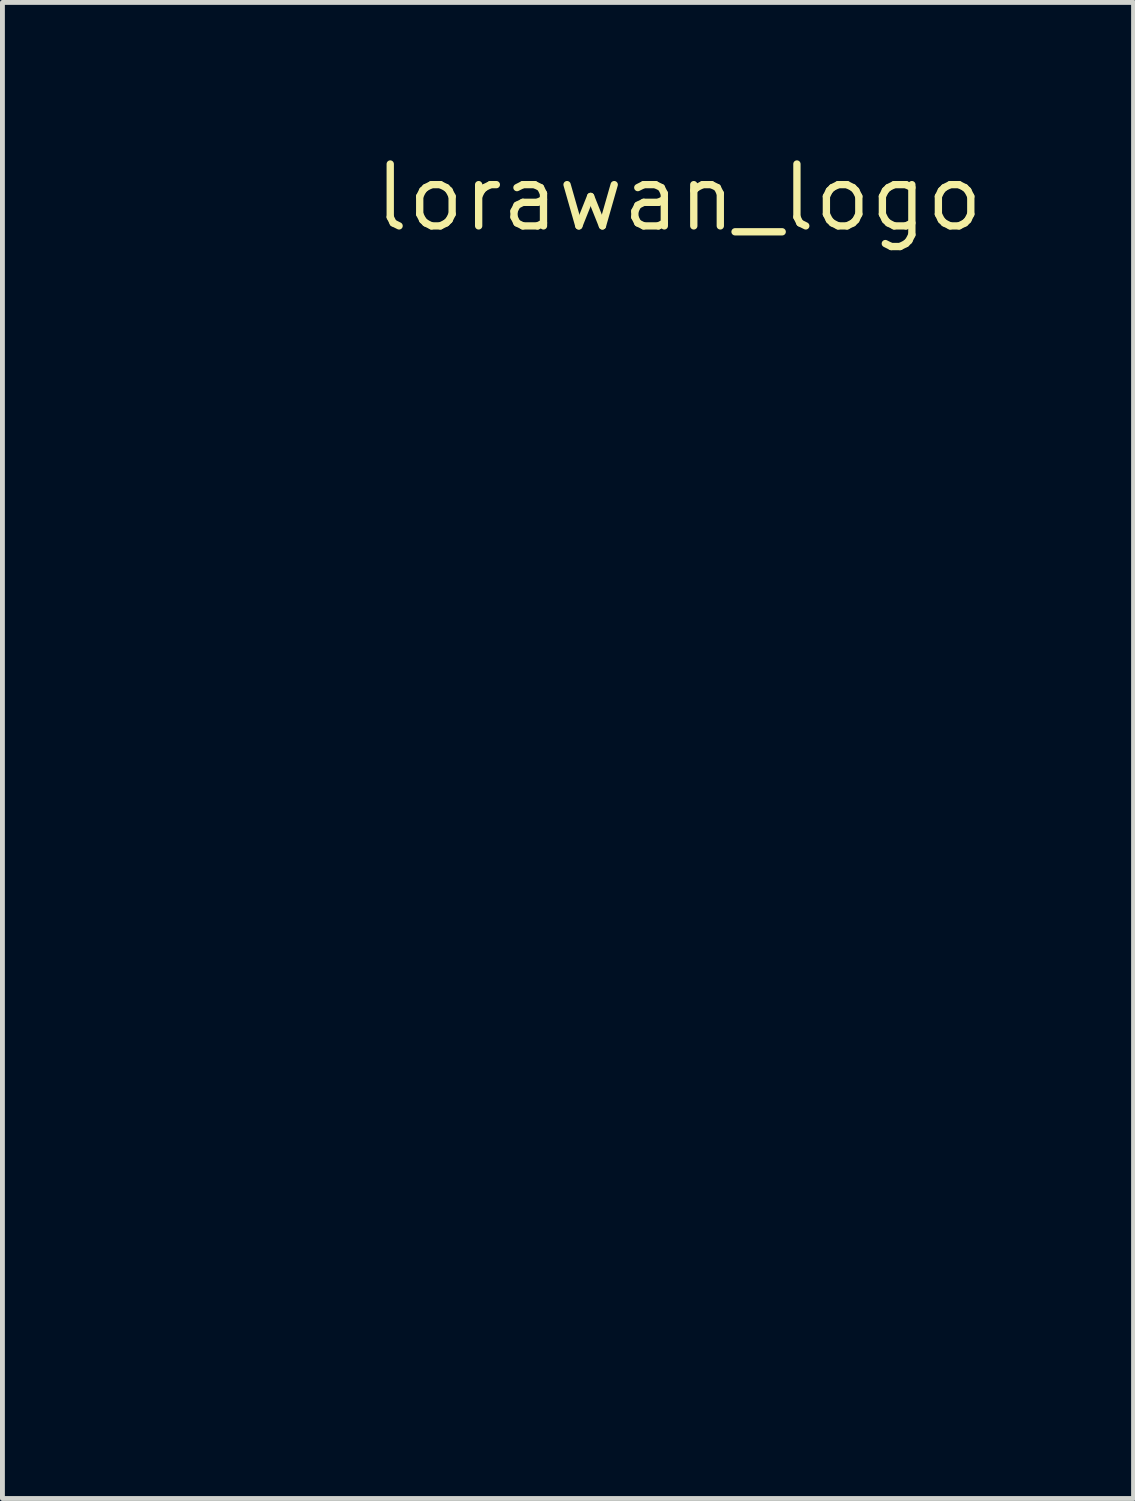
<source format=kicad_pcb>
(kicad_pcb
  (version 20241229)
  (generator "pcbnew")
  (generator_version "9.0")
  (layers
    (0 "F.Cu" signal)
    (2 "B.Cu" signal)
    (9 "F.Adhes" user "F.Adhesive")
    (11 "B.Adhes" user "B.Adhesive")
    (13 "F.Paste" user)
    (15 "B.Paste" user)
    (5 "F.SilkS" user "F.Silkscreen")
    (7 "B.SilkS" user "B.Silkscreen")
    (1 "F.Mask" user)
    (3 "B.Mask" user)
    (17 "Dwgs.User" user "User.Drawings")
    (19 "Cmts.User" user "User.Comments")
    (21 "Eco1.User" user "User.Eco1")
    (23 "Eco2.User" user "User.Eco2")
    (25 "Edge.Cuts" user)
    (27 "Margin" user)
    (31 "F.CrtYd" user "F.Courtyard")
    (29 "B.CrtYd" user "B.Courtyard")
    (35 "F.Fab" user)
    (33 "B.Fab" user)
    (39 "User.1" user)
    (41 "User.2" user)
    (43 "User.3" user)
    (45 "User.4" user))
  (footprint "lorawan_logo"
    (layer "F.Cu")
    (at 10.885 1.006)
    (property "Reference" "lorawan_logo" (at 0 0 0) (layer "F.SilkS") (effects (font (size 1.27 1.27) (thickness 0.15))))
    (attr through_hole)
    (fp_poly (pts (xy 5.313 19.367) (xy 5.335 21.886) (xy 4.636 21.884) (xy 3.81 20.637) (xy 3.81 21.886) (xy 3.175 21.886) (xy 3.175 19.346) (xy 3.801 19.346) (xy 4.249 20.034) (xy 4.698 20.722) (xy 4.698 20.032) (xy 4.699 19.343) (xy 5.313 19.367)) (stroke (width 0.01) (type solid)) (fill yes) (layer "F.Mask"))
    (fp_poly (pts (xy 5.731 19.403) (xy 5.757 19.431) (xy 5.727 19.472) (xy 5.718 19.473) (xy 5.684 19.51) (xy 5.661 19.59) (xy 5.643 19.706) (xy 5.637 19.59) (xy 5.619 19.505) (xy 5.588 19.473) (xy 5.547 19.441) (xy 5.546 19.431) (xy 5.582 19.399) (xy 5.652 19.389) (xy 5.731 19.403)) (stroke (width 0.01) (type solid)) (fill yes) (layer "F.Mask"))
    (fp_poly (pts (xy -10.235 20.373) (xy -10.223 21.357) (xy -9.724 21.369) (xy -9.225 21.381) (xy -9.237 21.644) (xy -9.25 21.907) (xy -10.036 21.919) (xy -10.285 21.921) (xy -10.506 21.92) (xy -10.683 21.916) (xy -10.802 21.91) (xy -10.851 21.901) (xy -10.858 21.853) (xy -10.865 21.731) (xy -10.87 21.546) (xy -10.875 21.309) (xy -10.878 21.03) (xy -10.88 20.72) (xy -10.88 20.63) (xy -10.88 19.389) (xy -10.246 19.389) (xy -10.235 20.373)) (stroke (width 0.01) (type solid)) (fill yes) (layer "F.Mask"))
    (fp_poly (pts (xy 6.107 19.404) (xy 6.133 19.48) (xy 6.138 19.547) (xy 6.13 19.645) (xy 6.109 19.659) (xy 6.101 19.649) (xy 6.06 19.616) (xy 6.034 19.64) (xy 5.989 19.667) (xy 5.948 19.643) (xy 5.895 19.621) (xy 5.873 19.651) (xy 5.85 19.656) (xy 5.822 19.593) (xy 5.821 19.587) (xy 5.811 19.479) (xy 5.839 19.413) (xy 5.891 19.405) (xy 5.941 19.45) (xy 5.987 19.502) (xy 6.013 19.484) (xy 6.024 19.458) (xy 6.067 19.393) (xy 6.107 19.404)) (stroke (width 0.01) (type solid)) (fill yes) (layer "F.Mask"))
    (fp_poly (pts (xy -7.707 19.457) (xy -7.405 19.56) (xy -7.385 19.57) (xy -7.278 19.629) (xy -7.235 19.672) (xy -7.243 19.716) (xy -7.262 19.744) (xy -7.299 19.787) (xy -7.342 19.8) (xy -7.413 19.782) (xy -7.538 19.73) (xy -7.542 19.729) (xy -7.805 19.654) (xy -8.101 19.632) (xy -8.396 19.664) (xy -8.58 19.718) (xy -8.727 19.765) (xy -8.815 19.771) (xy -8.844 19.756) (xy -8.887 19.682) (xy -8.854 19.616) (xy -8.74 19.55) (xy -8.71 19.538) (xy -8.381 19.445) (xy -8.039 19.418) (xy -7.707 19.457)) (stroke (width 0.01) (type solid)) (fill yes) (layer "F.Mask"))
    (fp_poly (pts (xy -0.345 19.355) (xy -0.106 19.367) (xy -0.085 20.036) (xy -0.064 20.704) (xy 0.393 20.051) (xy 0.85 19.399) (xy 1.053 19.38) (xy 1.22 19.373) (xy 1.387 19.38) (xy 1.429 19.385) (xy 1.601 19.41) (xy -0.089 21.886) (xy -0.717 21.886) (xy -0.729 21.304) (xy -0.741 20.722) (xy -1.143 21.303) (xy -1.545 21.884) (xy -1.873 21.885) (xy -2.201 21.886) (xy -2.201 19.346) (xy -1.566 19.346) (xy -1.564 19.844) (xy -1.56 20.059) (xy -1.553 20.259) (xy -1.542 20.419) (xy -1.532 20.505) (xy -1.503 20.669) (xy -1.044 20.005) (xy -0.585 19.342) (xy -0.345 19.355)) (stroke (width 0.01) (type solid)) (fill yes) (layer "F.Mask"))
    (fp_poly (pts (xy -9.142 23.11) (xy -8.696 23.277) (xy -8.253 23.36) (xy -7.811 23.358) (xy -7.367 23.272) (xy -6.973 23.126) (xy -6.726 23.016) (xy -6.638 23.104) (xy -6.577 23.196) (xy -6.594 23.28) (xy -6.69 23.364) (xy -6.761 23.404) (xy -7.093 23.546) (xy -7.44 23.636) (xy -7.831 23.68) (xy -7.938 23.685) (xy -8.138 23.69) (xy -8.317 23.69) (xy -8.451 23.686) (xy -8.509 23.68) (xy -8.677 23.639) (xy -8.867 23.578) (xy -9.062 23.505) (xy -9.246 23.426) (xy -9.402 23.35) (xy -9.514 23.283) (xy -9.565 23.232) (xy -9.566 23.225) (xy -9.542 23.159) (xy -9.491 23.08) (xy -9.416 22.983) (xy -9.142 23.11)) (stroke (width 0.01) (type solid)) (fill yes) (layer "F.Mask"))
    (fp_poly (pts (xy -8.71 22.149) (xy -8.584 22.198) (xy -8.563 22.207) (xy -8.243 22.294) (xy -7.908 22.298) (xy -7.572 22.223) (xy -7.432 22.178) (xy -7.349 22.16) (xy -7.3 22.168) (xy -7.265 22.203) (xy -7.257 22.212) (xy -7.233 22.259) (xy -7.249 22.297) (xy -7.321 22.343) (xy -7.421 22.392) (xy -7.59 22.456) (xy -7.777 22.492) (xy -7.98 22.506) (xy -8.151 22.508) (xy -8.298 22.504) (xy -8.393 22.496) (xy -8.403 22.493) (xy -8.498 22.462) (xy -8.619 22.414) (xy -8.741 22.361) (xy -8.839 22.314) (xy -8.888 22.284) (xy -8.89 22.281) (xy -8.872 22.232) (xy -8.849 22.184) (xy -8.821 22.144) (xy -8.782 22.132) (xy -8.71 22.149)) (stroke (width 0.01) (type solid)) (fill yes) (layer "F.Mask"))
    (fp_poly (pts (xy -7.906 18.251) (xy -7.638 18.271) (xy -7.417 18.307) (xy -7.396 18.312) (xy -7.206 18.37) (xy -7.013 18.441) (xy -6.836 18.519) (xy -6.692 18.594) (xy -6.6 18.658) (xy -6.579 18.685) (xy -6.585 18.751) (xy -6.624 18.841) (xy -6.677 18.922) (xy -6.726 18.96) (xy -6.731 18.96) (xy -6.777 18.939) (xy -6.869 18.888) (xy -6.92 18.858) (xy -7.279 18.693) (xy -7.673 18.596) (xy -8.088 18.568) (xy -8.508 18.608) (xy -8.919 18.718) (xy -9.179 18.828) (xy -9.405 18.941) (xy -9.485 18.837) (xy -9.543 18.748) (xy -9.566 18.685) (xy -9.53 18.645) (xy -9.432 18.585) (xy -9.29 18.514) (xy -9.123 18.441) (xy -8.95 18.373) (xy -8.788 18.319) (xy -8.687 18.293) (xy -8.462 18.262) (xy -8.192 18.248) (xy -7.906 18.251)) (stroke (width 0.01) (type solid)) (fill yes) (layer "F.Mask"))
    (fp_poly (pts (xy -9.002 22.582) (xy -8.892 22.63) (xy -8.793 22.68) (xy -8.695 22.729) (xy -8.607 22.762) (xy -8.508 22.782) (xy -8.379 22.792) (xy -8.198 22.795) (xy -8.043 22.795) (xy -7.816 22.793) (xy -7.652 22.787) (xy -7.53 22.772) (xy -7.428 22.746) (xy -7.326 22.705) (xy -7.266 22.677) (xy -7.131 22.616) (xy -7.05 22.589) (xy -7.003 22.594) (xy -6.967 22.628) (xy -6.96 22.636) (xy -6.914 22.714) (xy -6.919 22.775) (xy -6.983 22.833) (xy -7.117 22.899) (xy -7.165 22.919) (xy -7.58 23.053) (xy -7.993 23.108) (xy -8.394 23.083) (xy -8.53 23.055) (xy -8.674 23.013) (xy -8.832 22.955) (xy -8.987 22.89) (xy -9.118 22.827) (xy -9.204 22.774) (xy -9.227 22.746) (xy -9.197 22.675) (xy -9.133 22.602) (xy -9.069 22.564) (xy -9.064 22.564) (xy -9.002 22.582)) (stroke (width 0.01) (type solid)) (fill yes) (layer "F.Mask"))
    (fp_poly (pts (xy -7.849 18.863) (xy -7.675 18.871) (xy -7.542 18.888) (xy -7.427 18.917) (xy -7.315 18.958) (xy -7.168 19.023) (xy -7.042 19.089) (xy -6.981 19.129) (xy -6.92 19.192) (xy -6.922 19.251) (xy -6.948 19.296) (xy -6.986 19.351) (xy -7.029 19.376) (xy -7.093 19.369) (xy -7.197 19.329) (xy -7.358 19.253) (xy -7.361 19.252) (xy -7.495 19.191) (xy -7.611 19.153) (xy -7.735 19.131) (xy -7.895 19.122) (xy -8.059 19.119) (xy -8.271 19.12) (xy -8.427 19.131) (xy -8.557 19.156) (xy -8.689 19.2) (xy -8.766 19.231) (xy -8.936 19.299) (xy -9.046 19.334) (xy -9.114 19.337) (xy -9.156 19.309) (xy -9.187 19.261) (xy -9.213 19.197) (xy -9.205 19.146) (xy -9.149 19.097) (xy -9.035 19.04) (xy -8.901 18.982) (xy -8.772 18.931) (xy -8.659 18.897) (xy -8.539 18.876) (xy -8.39 18.866) (xy -8.189 18.862) (xy -8.086 18.862) (xy -7.849 18.863)) (stroke (width 0.01) (type solid)) (fill yes) (layer "F.Mask"))
    (fp_poly (pts (xy 2.707 19.366) (xy 2.722 19.418) (xy 2.734 19.555) (xy 2.743 19.776) (xy 2.749 20.081) (xy 2.751 20.471) (xy 2.752 20.64) (xy 2.752 21.886) (xy 2.117 21.886) (xy 2.117 21.548) (xy 1.314 21.548) (xy 1.201 21.717) (xy 1.089 21.886) (xy 0.732 21.886) (xy 0.572 21.882) (xy 0.452 21.871) (xy 0.392 21.855) (xy 0.388 21.848) (xy 0.415 21.806) (xy 0.484 21.702) (xy 0.591 21.546) (xy 0.73 21.344) (xy 0.895 21.106) (xy 0.971 20.997) (xy 1.693 20.997) (xy 2.117 20.997) (xy 2.117 20.701) (xy 2.115 20.555) (xy 2.11 20.449) (xy 2.102 20.405) (xy 2.102 20.405) (xy 2.073 20.437) (xy 2.01 20.525) (xy 1.924 20.65) (xy 1.89 20.701) (xy 1.693 20.997) (xy 0.971 20.997) (xy 1.08 20.84) (xy 1.245 20.603) (xy 2.088 19.396) (xy 2.375 19.367) (xy 2.526 19.356) (xy 2.646 19.356) (xy 2.707 19.366)) (stroke (width 0.01) (type solid)) (fill yes) (layer "F.Mask"))
    (fp_poly (pts (xy -7.735 20.016) (xy -7.486 20.118) (xy -7.291 20.282) (xy -7.155 20.504) (xy -7.082 20.779) (xy -7.071 20.964) (xy -7.099 21.268) (xy -7.183 21.512) (xy -7.327 21.701) (xy -7.533 21.839) (xy -7.586 21.862) (xy -7.818 21.928) (xy -8.078 21.951) (xy -8.324 21.93) (xy -8.386 21.915) (xy -8.645 21.803) (xy -8.845 21.633) (xy -8.981 21.409) (xy -9.05 21.136) (xy -9.057 21.023) (xy -8.481 21.023) (xy -8.438 21.233) (xy -8.341 21.398) (xy -8.336 21.404) (xy -8.203 21.488) (xy -8.043 21.51) (xy -7.882 21.47) (xy -7.775 21.395) (xy -7.674 21.244) (xy -7.627 21.061) (xy -7.631 20.868) (xy -7.681 20.685) (xy -7.774 20.535) (xy -7.908 20.437) (xy -7.925 20.43) (xy -8.096 20.409) (xy -8.253 20.462) (xy -8.379 20.579) (xy -8.458 20.748) (xy -8.468 20.79) (xy -8.481 21.023) (xy -9.057 21.023) (xy -9.059 20.98) (xy -9.025 20.672) (xy -8.926 20.417) (xy -8.765 20.218) (xy -8.544 20.077) (xy -8.267 19.998) (xy -8.034 19.981) (xy -7.735 20.016)) (stroke (width 0.01) (type solid)) (fill yes) (layer "F.Mask"))
    (fp_poly (pts (xy -5.849 19.396) (xy -5.562 19.401) (xy -5.347 19.407) (xy -5.19 19.414) (xy -5.077 19.425) (xy -4.996 19.442) (xy -4.934 19.466) (xy -4.877 19.499) (xy -4.84 19.522) (xy -4.68 19.66) (xy -4.582 19.829) (xy -4.538 20.043) (xy -4.537 20.245) (xy -4.549 20.404) (xy -4.571 20.509) (xy -4.615 20.587) (xy -4.692 20.67) (xy -4.724 20.699) (xy -4.83 20.792) (xy -4.917 20.858) (xy -4.953 20.877) (xy -4.966 20.896) (xy -4.959 20.941) (xy -4.928 21.021) (xy -4.87 21.143) (xy -4.78 21.314) (xy -4.656 21.542) (xy -4.493 21.834) (xy -4.457 21.899) (xy -4.487 21.912) (xy -4.584 21.92) (xy -4.73 21.922) (xy -4.805 21.92) (xy -5.173 21.907) (xy -5.419 21.463) (xy -5.664 21.018) (xy -5.859 21.006) (xy -6.054 20.993) (xy -6.054 21.929) (xy -6.689 21.929) (xy -6.689 20.542) (xy -6.057 20.542) (xy -5.697 20.524) (xy -5.495 20.508) (xy -5.36 20.483) (xy -5.274 20.445) (xy -5.251 20.427) (xy -5.182 20.314) (xy -5.168 20.17) (xy -5.209 20.029) (xy -5.239 19.985) (xy -5.287 19.94) (xy -5.355 19.911) (xy -5.463 19.895) (xy -5.631 19.886) (xy -5.673 19.885) (xy -6.032 19.875) (xy -6.045 20.209) (xy -6.057 20.542) (xy -6.689 20.542) (xy -6.689 19.382) (xy -5.849 19.396)) (stroke (width 0.01) (type solid)) (fill yes) (layer "F.Mask"))
    (fp_poly (pts (xy -3.084 20.003) (xy -2.858 20.06) (xy -2.697 20.151) (xy -2.622 20.241) (xy -2.6 20.326) (xy -2.58 20.49) (xy -2.564 20.728) (xy -2.552 21.035) (xy -2.549 21.133) (xy -2.528 21.929) (xy -2.788 21.929) (xy -2.932 21.926) (xy -3.01 21.913) (xy -3.043 21.883) (xy -3.048 21.844) (xy -3.052 21.783) (xy -3.076 21.766) (xy -3.14 21.793) (xy -3.229 21.844) (xy -3.413 21.918) (xy -3.627 21.952) (xy -3.828 21.94) (xy -3.875 21.928) (xy -4.052 21.832) (xy -4.185 21.678) (xy -4.257 21.489) (xy -4.262 21.456) (xy -4.257 21.37) (xy -3.714 21.37) (xy -3.652 21.462) (xy -3.645 21.468) (xy -3.54 21.533) (xy -3.439 21.539) (xy -3.308 21.487) (xy -3.302 21.484) (xy -3.206 21.396) (xy -3.13 21.258) (xy -3.092 21.104) (xy -3.091 21.071) (xy -3.127 21.043) (xy -3.229 21.049) (xy -3.387 21.089) (xy -3.446 21.108) (xy -3.606 21.184) (xy -3.697 21.274) (xy -3.714 21.37) (xy -4.257 21.37) (xy -4.25 21.243) (xy -4.167 21.065) (xy -4.011 20.921) (xy -3.778 20.808) (xy -3.468 20.724) (xy -3.445 20.72) (xy -3.289 20.688) (xy -3.168 20.66) (xy -3.103 20.641) (xy -3.099 20.639) (xy -3.094 20.589) (xy -3.108 20.511) (xy -3.172 20.402) (xy -3.281 20.342) (xy -3.407 20.331) (xy -3.525 20.374) (xy -3.607 20.469) (xy -3.641 20.527) (xy -3.692 20.558) (xy -3.784 20.571) (xy -3.923 20.574) (xy -4.084 20.568) (xy -4.17 20.541) (xy -4.191 20.479) (xy -4.157 20.37) (xy -4.124 20.297) (xy -4.012 20.149) (xy -3.836 20.049) (xy -3.593 19.994) (xy -3.363 19.982) (xy -3.084 20.003)) (stroke (width 0.01) (type solid)) (fill yes) (layer "F.Mask")))
  (gr_rect
    (start -3 -3)
    (end 20.212 27.701)
    (stroke (width 0.1) (type default))
    (fill no)
    (layer "Edge.Cuts")))
</source>
